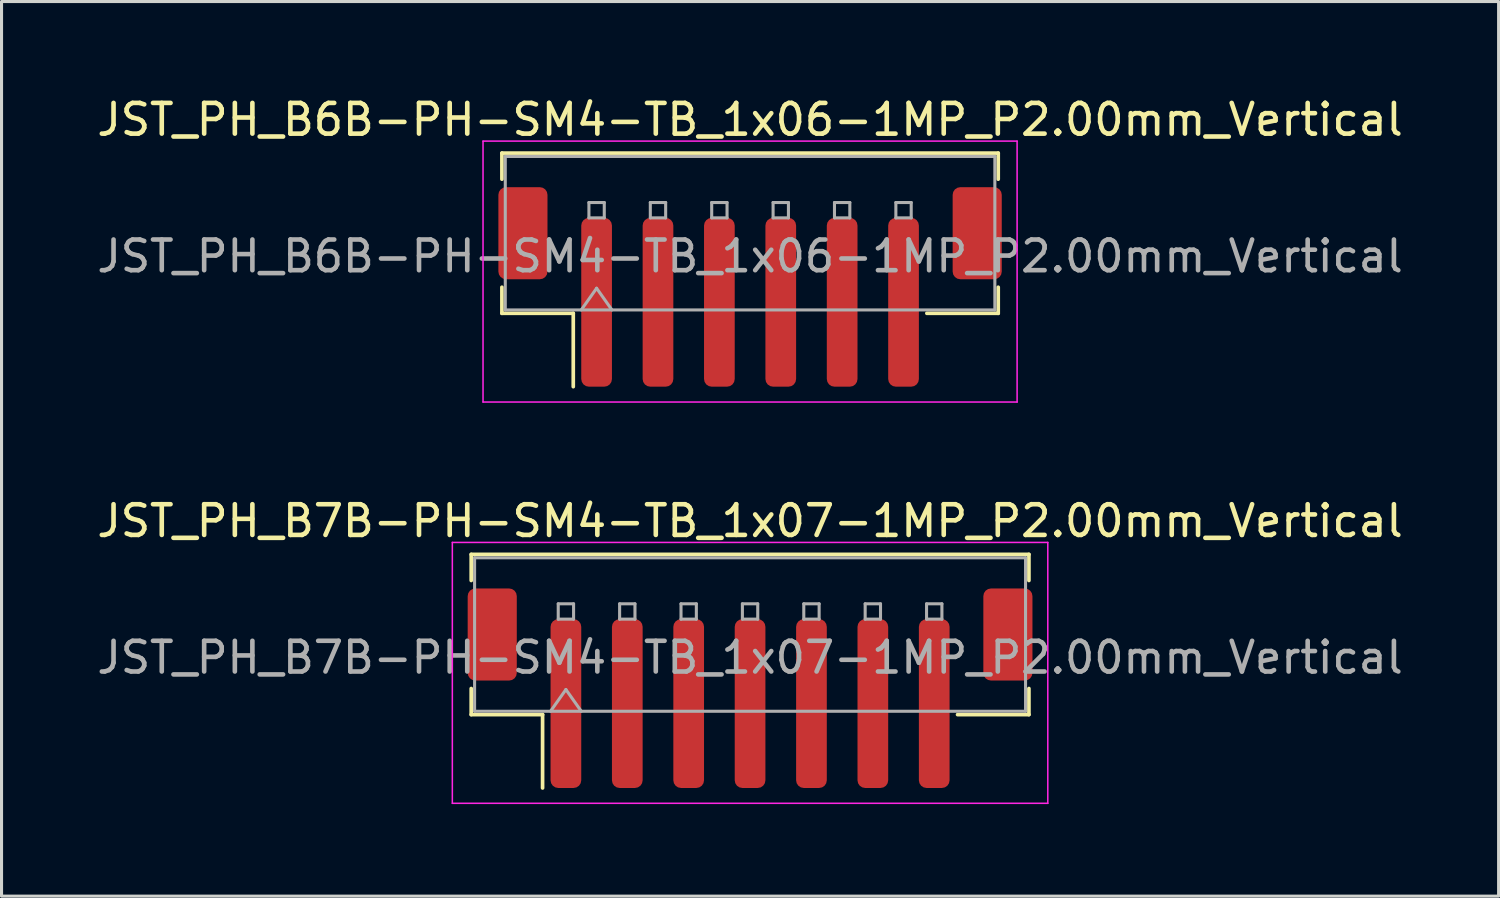
<source format=kicad_pcb>
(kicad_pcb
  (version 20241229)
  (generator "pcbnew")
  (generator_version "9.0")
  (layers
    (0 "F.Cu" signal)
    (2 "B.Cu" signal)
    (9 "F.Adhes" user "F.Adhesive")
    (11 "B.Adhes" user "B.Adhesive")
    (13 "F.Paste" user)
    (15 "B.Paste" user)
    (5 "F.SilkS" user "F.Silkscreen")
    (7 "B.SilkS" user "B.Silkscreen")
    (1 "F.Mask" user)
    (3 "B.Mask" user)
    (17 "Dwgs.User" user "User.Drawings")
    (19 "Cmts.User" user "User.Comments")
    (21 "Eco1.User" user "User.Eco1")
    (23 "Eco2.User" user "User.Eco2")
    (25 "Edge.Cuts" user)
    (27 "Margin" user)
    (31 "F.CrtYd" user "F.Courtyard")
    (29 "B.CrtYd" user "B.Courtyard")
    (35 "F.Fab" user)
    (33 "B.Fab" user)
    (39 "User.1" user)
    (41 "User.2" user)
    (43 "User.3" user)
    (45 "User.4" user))
  (footprint "JST_PH_B6B-PH-SM4-TB_1x06-1MP_P2.00mm_Vertical"
    (layer "F.Cu")
    (at 21.387 6.298)
    (property "Reference" "JST_PH_B6B-PH-SM4-TB_1x06-1MP_P2.00mm_Vertical" (at 0 -5.45 0) (layer "F.SilkS") (effects (font (size 1 1) (thickness 0.15))))
    (attr smd)
    (fp_line (start -8.085 -4.36) (end 8.085 -4.36) (stroke (width 0.12) (type solid)) (layer "F.SilkS"))
    (fp_line (start -8.085 -3.51) (end -8.085 -4.36) (stroke (width 0.12) (type solid)) (layer "F.SilkS"))
    (fp_line (start -8.085 0.01) (end -8.085 0.86) (stroke (width 0.12) (type solid)) (layer "F.SilkS"))
    (fp_line (start -8.085 0.86) (end -5.76 0.86) (stroke (width 0.12) (type solid)) (layer "F.SilkS"))
    (fp_line (start -5.76 0.86) (end -5.76 3.25) (stroke (width 0.12) (type solid)) (layer "F.SilkS"))
    (fp_line (start 8.085 -4.36) (end 8.085 -3.51) (stroke (width 0.12) (type solid)) (layer "F.SilkS"))
    (fp_line (start 8.085 0.01) (end 8.085 0.86) (stroke (width 0.12) (type solid)) (layer "F.SilkS"))
    (fp_line (start 8.085 0.86) (end 5.76 0.86) (stroke (width 0.12) (type solid)) (layer "F.SilkS"))
    (fp_line (start -8.7 -4.75) (end -8.7 3.75) (stroke (width 0.05) (type solid)) (layer "F.CrtYd"))
    (fp_line (start -8.7 3.75) (end 8.7 3.75) (stroke (width 0.05) (type solid)) (layer "F.CrtYd"))
    (fp_line (start 8.7 -4.75) (end -8.7 -4.75) (stroke (width 0.05) (type solid)) (layer "F.CrtYd"))
    (fp_line (start 8.7 3.75) (end 8.7 -4.75) (stroke (width 0.05) (type solid)) (layer "F.CrtYd"))
    (fp_line (start -7.975 -4.25) (end 7.975 -4.25) (stroke (width 0.1) (type solid)) (layer "F.Fab"))
    (fp_line (start -7.975 0.75) (end -7.975 -4.25) (stroke (width 0.1) (type solid)) (layer "F.Fab"))
    (fp_line (start -7.975 0.75) (end 7.975 0.75) (stroke (width 0.1) (type solid)) (layer "F.Fab"))
    (fp_line (start -5.5 0.75) (end -5 0.043) (stroke (width 0.1) (type solid)) (layer "F.Fab"))
    (fp_line (start -5.25 -2.75) (end -5.25 -2.25) (stroke (width 0.1) (type solid)) (layer "F.Fab"))
    (fp_line (start -5.25 -2.25) (end -4.75 -2.25) (stroke (width 0.1) (type solid)) (layer "F.Fab"))
    (fp_line (start -5 0.043) (end -4.5 0.75) (stroke (width 0.1) (type solid)) (layer "F.Fab"))
    (fp_line (start -4.75 -2.75) (end -5.25 -2.75) (stroke (width 0.1) (type solid)) (layer "F.Fab"))
    (fp_line (start -4.75 -2.25) (end -4.75 -2.75) (stroke (width 0.1) (type solid)) (layer "F.Fab"))
    (fp_line (start -3.25 -2.75) (end -3.25 -2.25) (stroke (width 0.1) (type solid)) (layer "F.Fab"))
    (fp_line (start -3.25 -2.25) (end -2.75 -2.25) (stroke (width 0.1) (type solid)) (layer "F.Fab"))
    (fp_line (start -2.75 -2.75) (end -3.25 -2.75) (stroke (width 0.1) (type solid)) (layer "F.Fab"))
    (fp_line (start -2.75 -2.25) (end -2.75 -2.75) (stroke (width 0.1) (type solid)) (layer "F.Fab"))
    (fp_line (start -1.25 -2.75) (end -1.25 -2.25) (stroke (width 0.1) (type solid)) (layer "F.Fab"))
    (fp_line (start -1.25 -2.25) (end -0.75 -2.25) (stroke (width 0.1) (type solid)) (layer "F.Fab"))
    (fp_line (start -0.75 -2.75) (end -1.25 -2.75) (stroke (width 0.1) (type solid)) (layer "F.Fab"))
    (fp_line (start -0.75 -2.25) (end -0.75 -2.75) (stroke (width 0.1) (type solid)) (layer "F.Fab"))
    (fp_line (start 0.75 -2.75) (end 0.75 -2.25) (stroke (width 0.1) (type solid)) (layer "F.Fab"))
    (fp_line (start 0.75 -2.25) (end 1.25 -2.25) (stroke (width 0.1) (type solid)) (layer "F.Fab"))
    (fp_line (start 1.25 -2.75) (end 0.75 -2.75) (stroke (width 0.1) (type solid)) (layer "F.Fab"))
    (fp_line (start 1.25 -2.25) (end 1.25 -2.75) (stroke (width 0.1) (type solid)) (layer "F.Fab"))
    (fp_line (start 2.75 -2.75) (end 2.75 -2.25) (stroke (width 0.1) (type solid)) (layer "F.Fab"))
    (fp_line (start 2.75 -2.25) (end 3.25 -2.25) (stroke (width 0.1) (type solid)) (layer "F.Fab"))
    (fp_line (start 3.25 -2.75) (end 2.75 -2.75) (stroke (width 0.1) (type solid)) (layer "F.Fab"))
    (fp_line (start 3.25 -2.25) (end 3.25 -2.75) (stroke (width 0.1) (type solid)) (layer "F.Fab"))
    (fp_line (start 4.75 -2.75) (end 4.75 -2.25) (stroke (width 0.1) (type solid)) (layer "F.Fab"))
    (fp_line (start 4.75 -2.25) (end 5.25 -2.25) (stroke (width 0.1) (type solid)) (layer "F.Fab"))
    (fp_line (start 5.25 -2.75) (end 4.75 -2.75) (stroke (width 0.1) (type solid)) (layer "F.Fab"))
    (fp_line (start 5.25 -2.25) (end 5.25 -2.75) (stroke (width 0.1) (type solid)) (layer "F.Fab"))
    (fp_line (start 7.975 0.75) (end 7.975 -4.25) (stroke (width 0.1) (type solid)) (layer "F.Fab"))
    (fp_text user "${REFERENCE}" (at 0 -1 0) (layer "F.Fab") (effects (font (size 1 1) (thickness 0.15))))
    (pad "1" smd roundrect (at -5 0.5) (size 1 5.5) (layers "F.Cu" "F.Mask" "F.Paste") (roundrect_rratio 0.25))
    (pad "2" smd roundrect (at -3 0.5) (size 1 5.5) (layers "F.Cu" "F.Mask" "F.Paste") (roundrect_rratio 0.25))
    (pad "3" smd roundrect (at -1 0.5) (size 1 5.5) (layers "F.Cu" "F.Mask" "F.Paste") (roundrect_rratio 0.25))
    (pad "4" smd roundrect (at 1 0.5) (size 1 5.5) (layers "F.Cu" "F.Mask" "F.Paste") (roundrect_rratio 0.25))
    (pad "5" smd roundrect (at 3 0.5) (size 1 5.5) (layers "F.Cu" "F.Mask" "F.Paste") (roundrect_rratio 0.25))
    (pad "6" smd roundrect (at 5 0.5) (size 1 5.5) (layers "F.Cu" "F.Mask" "F.Paste") (roundrect_rratio 0.25))
    (pad "MP" smd roundrect (at -7.4 -1.75) (size 1.6 3) (layers "F.Cu" "F.Mask" "F.Paste") (roundrect_rratio 0.156))
    (pad "MP" smd roundrect (at 7.4 -1.75) (size 1.6 3) (layers "F.Cu" "F.Mask" "F.Paste") (roundrect_rratio 0.156)))
  (footprint "JST_PH_B7B-PH-SM4-TB_1x07-1MP_P2.00mm_Vertical"
    (layer "F.Cu")
    (at 21.387 19.372)
    (property "Reference" "JST_PH_B7B-PH-SM4-TB_1x07-1MP_P2.00mm_Vertical" (at 0 -5.45 0) (layer "F.SilkS") (effects (font (size 1 1) (thickness 0.15))))
    (attr smd)
    (fp_line (start -9.085 -4.36) (end 9.085 -4.36) (stroke (width 0.12) (type solid)) (layer "F.SilkS"))
    (fp_line (start -9.085 -3.51) (end -9.085 -4.36) (stroke (width 0.12) (type solid)) (layer "F.SilkS"))
    (fp_line (start -9.085 0.01) (end -9.085 0.86) (stroke (width 0.12) (type solid)) (layer "F.SilkS"))
    (fp_line (start -9.085 0.86) (end -6.76 0.86) (stroke (width 0.12) (type solid)) (layer "F.SilkS"))
    (fp_line (start -6.76 0.86) (end -6.76 3.25) (stroke (width 0.12) (type solid)) (layer "F.SilkS"))
    (fp_line (start 9.085 -4.36) (end 9.085 -3.51) (stroke (width 0.12) (type solid)) (layer "F.SilkS"))
    (fp_line (start 9.085 0.01) (end 9.085 0.86) (stroke (width 0.12) (type solid)) (layer "F.SilkS"))
    (fp_line (start 9.085 0.86) (end 6.76 0.86) (stroke (width 0.12) (type solid)) (layer "F.SilkS"))
    (fp_line (start -9.7 -4.75) (end -9.7 3.75) (stroke (width 0.05) (type solid)) (layer "F.CrtYd"))
    (fp_line (start -9.7 3.75) (end 9.7 3.75) (stroke (width 0.05) (type solid)) (layer "F.CrtYd"))
    (fp_line (start 9.7 -4.75) (end -9.7 -4.75) (stroke (width 0.05) (type solid)) (layer "F.CrtYd"))
    (fp_line (start 9.7 3.75) (end 9.7 -4.75) (stroke (width 0.05) (type solid)) (layer "F.CrtYd"))
    (fp_line (start -8.975 -4.25) (end 8.975 -4.25) (stroke (width 0.1) (type solid)) (layer "F.Fab"))
    (fp_line (start -8.975 0.75) (end -8.975 -4.25) (stroke (width 0.1) (type solid)) (layer "F.Fab"))
    (fp_line (start -8.975 0.75) (end 8.975 0.75) (stroke (width 0.1) (type solid)) (layer "F.Fab"))
    (fp_line (start -6.5 0.75) (end -6 0.043) (stroke (width 0.1) (type solid)) (layer "F.Fab"))
    (fp_line (start -6.25 -2.75) (end -6.25 -2.25) (stroke (width 0.1) (type solid)) (layer "F.Fab"))
    (fp_line (start -6.25 -2.25) (end -5.75 -2.25) (stroke (width 0.1) (type solid)) (layer "F.Fab"))
    (fp_line (start -6 0.043) (end -5.5 0.75) (stroke (width 0.1) (type solid)) (layer "F.Fab"))
    (fp_line (start -5.75 -2.75) (end -6.25 -2.75) (stroke (width 0.1) (type solid)) (layer "F.Fab"))
    (fp_line (start -5.75 -2.25) (end -5.75 -2.75) (stroke (width 0.1) (type solid)) (layer "F.Fab"))
    (fp_line (start -4.25 -2.75) (end -4.25 -2.25) (stroke (width 0.1) (type solid)) (layer "F.Fab"))
    (fp_line (start -4.25 -2.25) (end -3.75 -2.25) (stroke (width 0.1) (type solid)) (layer "F.Fab"))
    (fp_line (start -3.75 -2.75) (end -4.25 -2.75) (stroke (width 0.1) (type solid)) (layer "F.Fab"))
    (fp_line (start -3.75 -2.25) (end -3.75 -2.75) (stroke (width 0.1) (type solid)) (layer "F.Fab"))
    (fp_line (start -2.25 -2.75) (end -2.25 -2.25) (stroke (width 0.1) (type solid)) (layer "F.Fab"))
    (fp_line (start -2.25 -2.25) (end -1.75 -2.25) (stroke (width 0.1) (type solid)) (layer "F.Fab"))
    (fp_line (start -1.75 -2.75) (end -2.25 -2.75) (stroke (width 0.1) (type solid)) (layer "F.Fab"))
    (fp_line (start -1.75 -2.25) (end -1.75 -2.75) (stroke (width 0.1) (type solid)) (layer "F.Fab"))
    (fp_line (start -0.25 -2.75) (end -0.25 -2.25) (stroke (width 0.1) (type solid)) (layer "F.Fab"))
    (fp_line (start -0.25 -2.25) (end 0.25 -2.25) (stroke (width 0.1) (type solid)) (layer "F.Fab"))
    (fp_line (start 0.25 -2.75) (end -0.25 -2.75) (stroke (width 0.1) (type solid)) (layer "F.Fab"))
    (fp_line (start 0.25 -2.25) (end 0.25 -2.75) (stroke (width 0.1) (type solid)) (layer "F.Fab"))
    (fp_line (start 1.75 -2.75) (end 1.75 -2.25) (stroke (width 0.1) (type solid)) (layer "F.Fab"))
    (fp_line (start 1.75 -2.25) (end 2.25 -2.25) (stroke (width 0.1) (type solid)) (layer "F.Fab"))
    (fp_line (start 2.25 -2.75) (end 1.75 -2.75) (stroke (width 0.1) (type solid)) (layer "F.Fab"))
    (fp_line (start 2.25 -2.25) (end 2.25 -2.75) (stroke (width 0.1) (type solid)) (layer "F.Fab"))
    (fp_line (start 3.75 -2.75) (end 3.75 -2.25) (stroke (width 0.1) (type solid)) (layer "F.Fab"))
    (fp_line (start 3.75 -2.25) (end 4.25 -2.25) (stroke (width 0.1) (type solid)) (layer "F.Fab"))
    (fp_line (start 4.25 -2.75) (end 3.75 -2.75) (stroke (width 0.1) (type solid)) (layer "F.Fab"))
    (fp_line (start 4.25 -2.25) (end 4.25 -2.75) (stroke (width 0.1) (type solid)) (layer "F.Fab"))
    (fp_line (start 5.75 -2.75) (end 5.75 -2.25) (stroke (width 0.1) (type solid)) (layer "F.Fab"))
    (fp_line (start 5.75 -2.25) (end 6.25 -2.25) (stroke (width 0.1) (type solid)) (layer "F.Fab"))
    (fp_line (start 6.25 -2.75) (end 5.75 -2.75) (stroke (width 0.1) (type solid)) (layer "F.Fab"))
    (fp_line (start 6.25 -2.25) (end 6.25 -2.75) (stroke (width 0.1) (type solid)) (layer "F.Fab"))
    (fp_line (start 8.975 0.75) (end 8.975 -4.25) (stroke (width 0.1) (type solid)) (layer "F.Fab"))
    (fp_text user "${REFERENCE}" (at 0 -1 0) (layer "F.Fab") (effects (font (size 1 1) (thickness 0.15))))
    (pad "1" smd roundrect (at -6 0.5) (size 1 5.5) (layers "F.Cu" "F.Mask" "F.Paste") (roundrect_rratio 0.25))
    (pad "2" smd roundrect (at -4 0.5) (size 1 5.5) (layers "F.Cu" "F.Mask" "F.Paste") (roundrect_rratio 0.25))
    (pad "3" smd roundrect (at -2 0.5) (size 1 5.5) (layers "F.Cu" "F.Mask" "F.Paste") (roundrect_rratio 0.25))
    (pad "4" smd roundrect (at 0 0.5) (size 1 5.5) (layers "F.Cu" "F.Mask" "F.Paste") (roundrect_rratio 0.25))
    (pad "5" smd roundrect (at 2 0.5) (size 1 5.5) (layers "F.Cu" "F.Mask" "F.Paste") (roundrect_rratio 0.25))
    (pad "6" smd roundrect (at 4 0.5) (size 1 5.5) (layers "F.Cu" "F.Mask" "F.Paste") (roundrect_rratio 0.25))
    (pad "7" smd roundrect (at 6 0.5) (size 1 5.5) (layers "F.Cu" "F.Mask" "F.Paste") (roundrect_rratio 0.25))
    (pad "MP" smd roundrect (at -8.4 -1.75) (size 1.6 3) (layers "F.Cu" "F.Mask" "F.Paste") (roundrect_rratio 0.156))
    (pad "MP" smd roundrect (at 8.4 -1.75) (size 1.6 3) (layers "F.Cu" "F.Mask" "F.Paste") (roundrect_rratio 0.156)))
  (gr_rect
    (start -3 -3)
    (end 45.774 26.146)
    (stroke (width 0.1) (type default))
    (fill no)
    (layer "Edge.Cuts")))
</source>
